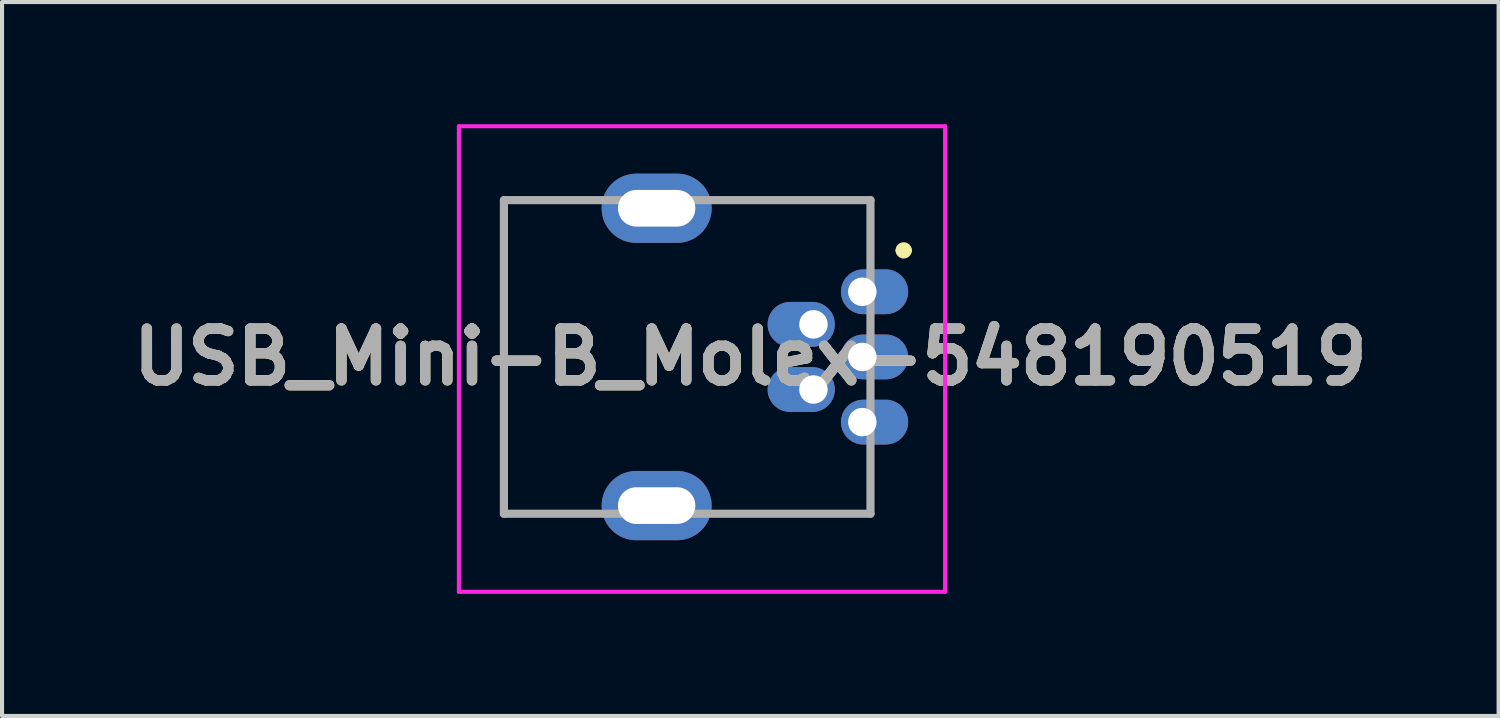
<source format=kicad_pcb>
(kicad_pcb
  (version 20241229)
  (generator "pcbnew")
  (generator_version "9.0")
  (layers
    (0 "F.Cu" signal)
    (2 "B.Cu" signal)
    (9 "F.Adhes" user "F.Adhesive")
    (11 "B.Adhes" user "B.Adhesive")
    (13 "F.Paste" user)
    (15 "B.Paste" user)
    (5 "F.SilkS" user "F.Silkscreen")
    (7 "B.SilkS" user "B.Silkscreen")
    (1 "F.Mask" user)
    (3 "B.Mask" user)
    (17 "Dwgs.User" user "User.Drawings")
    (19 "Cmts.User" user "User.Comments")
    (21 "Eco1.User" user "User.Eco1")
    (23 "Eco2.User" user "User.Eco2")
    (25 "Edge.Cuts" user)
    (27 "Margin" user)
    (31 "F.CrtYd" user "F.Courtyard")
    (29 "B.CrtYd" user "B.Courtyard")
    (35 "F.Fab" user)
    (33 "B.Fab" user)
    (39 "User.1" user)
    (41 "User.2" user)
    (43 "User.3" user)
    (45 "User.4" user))
  (footprint "USB_Mini-B_Molex-548190519"
    (layer "F.Cu")
    (at 18.123 4.114)
    (property "Reference" "USB_Mini-B_Molex-548190519" (at -2.75 1.6 0) (layer "F.SilkS") (effects (font (size 1.27 1.27) (thickness 0.254))))
    (attr through_hole)
    (fp_line (start -8.8 -2.25) (end -8.8 -2.25) (stroke (width 0.1) (type solid)) (layer "F.SilkS"))
    (fp_line (start -8.8 -2.25) (end -8.8 -2.25) (stroke (width 0.1) (type solid)) (layer "F.SilkS"))
    (fp_line (start -8.8 -2.25) (end -8.8 5.45) (stroke (width 0.1) (type solid)) (layer "F.SilkS"))
    (fp_line (start -8.8 -2.25) (end -7.45 -2.25) (stroke (width 0.1) (type solid)) (layer "F.SilkS"))
    (fp_line (start -8.8 5.45) (end -8.8 -2.25) (stroke (width 0.1) (type solid)) (layer "F.SilkS"))
    (fp_line (start -8.8 5.45) (end -8.8 5.45) (stroke (width 0.1) (type solid)) (layer "F.SilkS"))
    (fp_line (start -8.8 5.45) (end -8.8 5.45) (stroke (width 0.1) (type solid)) (layer "F.SilkS"))
    (fp_line (start -8.8 5.45) (end -7.45 5.45) (stroke (width 0.1) (type solid)) (layer "F.SilkS"))
    (fp_line (start -7.45 -2.25) (end -8.8 -2.25) (stroke (width 0.1) (type solid)) (layer "F.SilkS"))
    (fp_line (start -7.45 -2.25) (end -7.45 -2.25) (stroke (width 0.1) (type solid)) (layer "F.SilkS"))
    (fp_line (start -7.45 5.45) (end -8.8 5.45) (stroke (width 0.1) (type solid)) (layer "F.SilkS"))
    (fp_line (start -7.45 5.45) (end -7.45 5.45) (stroke (width 0.1) (type solid)) (layer "F.SilkS"))
    (fp_line (start -2.7 -2.25) (end -2.7 -2.25) (stroke (width 0.1) (type solid)) (layer "F.SilkS"))
    (fp_line (start -2.7 -2.25) (end 0.2 -2.25) (stroke (width 0.1) (type solid)) (layer "F.SilkS"))
    (fp_line (start -2.7 5.45) (end -2.7 5.45) (stroke (width 0.1) (type solid)) (layer "F.SilkS"))
    (fp_line (start -2.7 5.45) (end 0.2 5.45) (stroke (width 0.1) (type solid)) (layer "F.SilkS"))
    (fp_line (start 0.2 -2.25) (end -2.7 -2.25) (stroke (width 0.1) (type solid)) (layer "F.SilkS"))
    (fp_line (start 0.2 -2.25) (end 0.2 -2.25) (stroke (width 0.1) (type solid)) (layer "F.SilkS"))
    (fp_line (start 0.2 -2.25) (end 0.2 -2.25) (stroke (width 0.1) (type solid)) (layer "F.SilkS"))
    (fp_line (start 0.2 -2.25) (end 0.2 -1.15) (stroke (width 0.1) (type solid)) (layer "F.SilkS"))
    (fp_line (start 0.2 -1.15) (end 0.2 -2.25) (stroke (width 0.1) (type solid)) (layer "F.SilkS"))
    (fp_line (start 0.2 -1.15) (end 0.2 -1.15) (stroke (width 0.1) (type solid)) (layer "F.SilkS"))
    (fp_line (start 0.2 4.35) (end 0.2 4.35) (stroke (width 0.1) (type solid)) (layer "F.SilkS"))
    (fp_line (start 0.2 4.35) (end 0.2 5.45) (stroke (width 0.1) (type solid)) (layer "F.SilkS"))
    (fp_line (start 0.2 5.45) (end -2.7 5.45) (stroke (width 0.1) (type solid)) (layer "F.SilkS"))
    (fp_line (start 0.2 5.45) (end 0.2 4.35) (stroke (width 0.1) (type solid)) (layer "F.SilkS"))
    (fp_line (start 0.2 5.45) (end 0.2 5.45) (stroke (width 0.1) (type solid)) (layer "F.SilkS"))
    (fp_line (start 0.2 5.45) (end 0.2 5.45) (stroke (width 0.1) (type solid)) (layer "F.SilkS"))
    (fp_arc (start 0.916 -1.016) (mid 1.016 -1.116) (end 1.116 -1.016) (stroke (width 0.2) (type solid)) (layer "F.SilkS"))
    (fp_arc (start 1.116 -1.016) (mid 1.016 -0.916) (end 0.916 -1.016) (stroke (width 0.2) (type solid)) (layer "F.SilkS"))
    (fp_line (start -9.906 -4.064) (end -9.906 7.366) (stroke (width 0.1) (type solid)) (layer "F.CrtYd"))
    (fp_line (start -9.906 7.366) (end 2.032 7.366) (stroke (width 0.1) (type solid)) (layer "F.CrtYd"))
    (fp_line (start 2.032 -4.064) (end -9.906 -4.064) (stroke (width 0.1) (type solid)) (layer "F.CrtYd"))
    (fp_line (start 2.032 7.366) (end 2.032 -4.064) (stroke (width 0.1) (type solid)) (layer "F.CrtYd"))
    (fp_line (start -8.8 -2.25) (end 0.2 -2.25) (stroke (width 0.2) (type solid)) (layer "F.Fab"))
    (fp_line (start -8.8 5.45) (end -8.8 -2.25) (stroke (width 0.2) (type solid)) (layer "F.Fab"))
    (fp_line (start 0.2 -2.25) (end 0.2 5.45) (stroke (width 0.2) (type solid)) (layer "F.Fab"))
    (fp_line (start 0.2 5.45) (end -8.8 5.45) (stroke (width 0.2) (type solid)) (layer "F.Fab"))
    (fp_text user "${REFERENCE}" (at -2.75 1.6 0) (layer "F.Fab") (effects (font (size 1.27 1.27) (thickness 0.254))))
    (pad "1" thru_hole oval (at 0 0) (size 1.65 1.1) (drill 0.7 (offset 0.3 0)) (layers "*.Cu" "*.Mask"))
    (pad "2" thru_hole oval (at -1.2 0.8) (size 1.65 1.1) (drill 0.7 (offset -0.3 0)) (layers "*.Cu" "*.Mask"))
    (pad "3" thru_hole oval (at 0 1.6) (size 1.65 1.1) (drill 0.7 (offset 0.3 0)) (layers "*.Cu" "*.Mask"))
    (pad "4" thru_hole oval (at -1.2 2.4) (size 1.65 1.1) (drill 0.7 (offset -0.3 0)) (layers "*.Cu" "*.Mask"))
    (pad "5" thru_hole oval (at 0 3.2) (size 1.65 1.1) (drill 0.7 (offset 0.3 0)) (layers "*.Cu" "*.Mask"))
    (pad "6" thru_hole oval (at -5.05 -2.05) (size 2.7 1.7) (drill oval 1.9 0.9) (layers "*.Cu" "*.Mask"))
    (pad "6" thru_hole oval (at -5.05 5.25) (size 2.7 1.7) (drill oval 1.9 0.9) (layers "*.Cu" "*.Mask")))
  (gr_rect
    (start -3 -3)
    (end 33.746 14.53)
    (stroke (width 0.1) (type default))
    (fill no)
    (layer "Edge.Cuts")))
</source>
